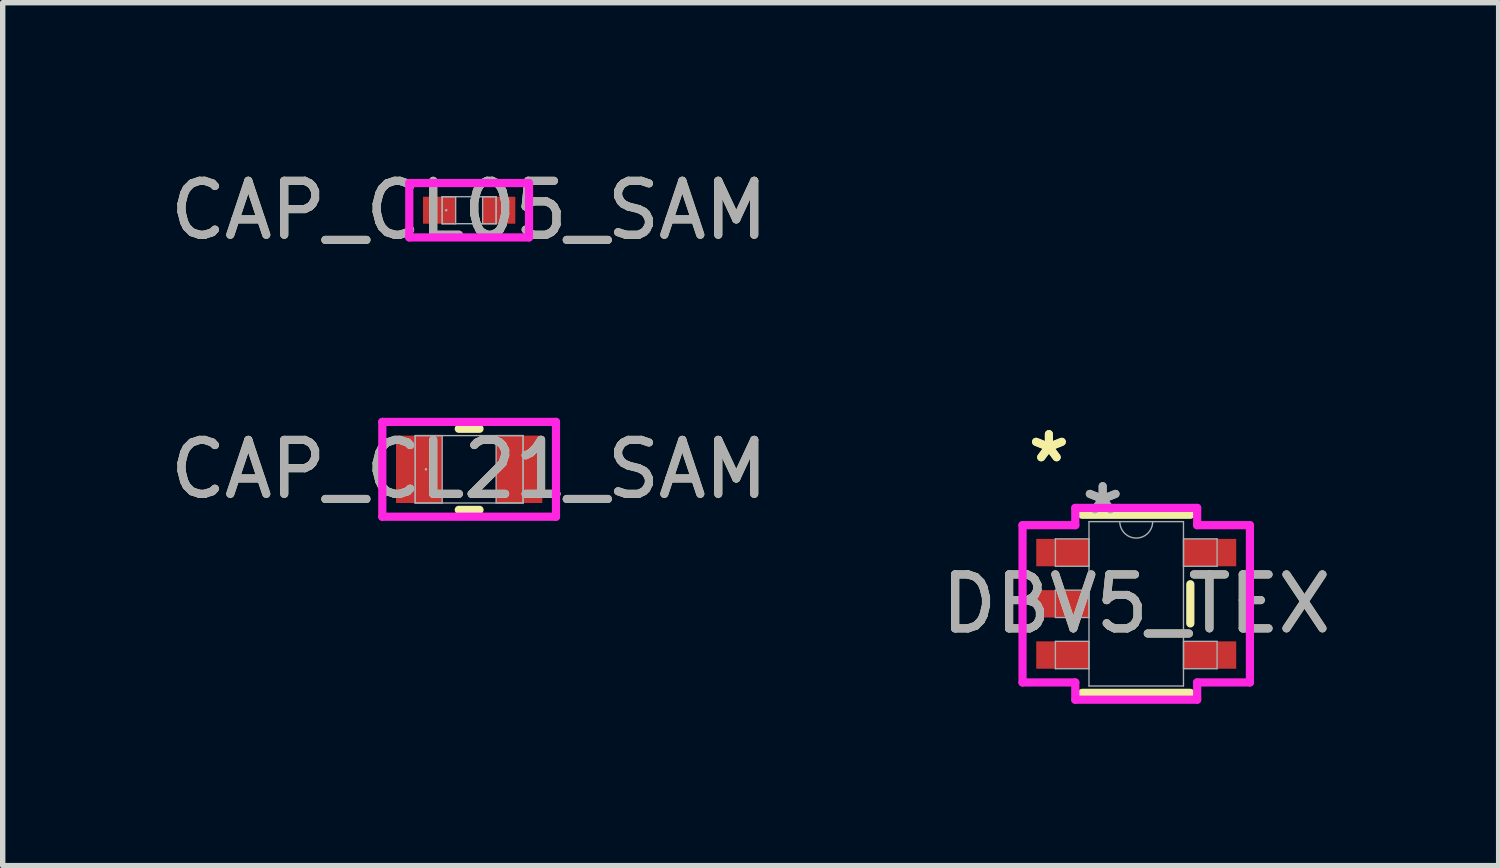
<source format=kicad_pcb>
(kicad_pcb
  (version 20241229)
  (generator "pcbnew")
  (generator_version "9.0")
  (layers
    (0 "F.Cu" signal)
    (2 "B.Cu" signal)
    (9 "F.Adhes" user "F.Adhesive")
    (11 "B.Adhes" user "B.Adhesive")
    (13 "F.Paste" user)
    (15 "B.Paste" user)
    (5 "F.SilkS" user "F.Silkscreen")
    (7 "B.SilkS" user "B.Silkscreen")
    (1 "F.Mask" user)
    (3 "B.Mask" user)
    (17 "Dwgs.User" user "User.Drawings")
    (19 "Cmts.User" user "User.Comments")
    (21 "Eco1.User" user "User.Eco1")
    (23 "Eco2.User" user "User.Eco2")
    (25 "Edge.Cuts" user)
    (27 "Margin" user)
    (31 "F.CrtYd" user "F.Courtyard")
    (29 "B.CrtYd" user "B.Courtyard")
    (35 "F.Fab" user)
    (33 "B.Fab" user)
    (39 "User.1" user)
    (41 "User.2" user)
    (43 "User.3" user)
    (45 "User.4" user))
  (footprint "DBV5_TEX"
    (layer "F.Cu")
    (at 18.018 8.146)
    (property "Reference" "DBV5_TEX" (at 0 0 0) (unlocked yes) (layer "F.SilkS") (effects (font (size 1 1) (thickness 0.15))))
    (attr smd)
    (fp_line (start -1.003 1.651) (end 1.003 1.651) (stroke (width 0.152) (type solid)) (layer "F.SilkS"))
    (fp_line (start 1.003 -1.651) (end -1.003 -1.651) (stroke (width 0.152) (type solid)) (layer "F.SilkS"))
    (fp_line (start 1.003 0.363) (end 1.003 -0.363) (stroke (width 0.152) (type solid)) (layer "F.SilkS"))
    (fp_line (start -2.108 -1.458) (end -1.13 -1.458) (stroke (width 0.152) (type solid)) (layer "F.CrtYd"))
    (fp_line (start -2.108 1.458) (end -2.108 -1.458) (stroke (width 0.152) (type solid)) (layer "F.CrtYd"))
    (fp_line (start -1.13 -1.778) (end 1.13 -1.778) (stroke (width 0.152) (type solid)) (layer "F.CrtYd"))
    (fp_line (start -1.13 -1.458) (end -1.13 -1.778) (stroke (width 0.152) (type solid)) (layer "F.CrtYd"))
    (fp_line (start -1.13 1.458) (end -2.108 1.458) (stroke (width 0.152) (type solid)) (layer "F.CrtYd"))
    (fp_line (start -1.13 1.778) (end -1.13 1.458) (stroke (width 0.152) (type solid)) (layer "F.CrtYd"))
    (fp_line (start 1.13 -1.778) (end 1.13 -1.458) (stroke (width 0.152) (type solid)) (layer "F.CrtYd"))
    (fp_line (start 1.13 -1.458) (end 2.108 -1.458) (stroke (width 0.152) (type solid)) (layer "F.CrtYd"))
    (fp_line (start 1.13 1.458) (end 1.13 1.778) (stroke (width 0.152) (type solid)) (layer "F.CrtYd"))
    (fp_line (start 1.13 1.778) (end -1.13 1.778) (stroke (width 0.152) (type solid)) (layer "F.CrtYd"))
    (fp_line (start 2.108 -1.458) (end 2.108 1.458) (stroke (width 0.152) (type solid)) (layer "F.CrtYd"))
    (fp_line (start 2.108 1.458) (end 1.13 1.458) (stroke (width 0.152) (type solid)) (layer "F.CrtYd"))
    (fp_line (start -1.499 -1.204) (end -1.499 -0.696) (stroke (width 0.025) (type solid)) (layer "F.Fab"))
    (fp_line (start -1.499 -0.696) (end -0.876 -0.696) (stroke (width 0.025) (type solid)) (layer "F.Fab"))
    (fp_line (start -1.499 -0.254) (end -1.499 0.254) (stroke (width 0.025) (type solid)) (layer "F.Fab"))
    (fp_line (start -1.499 0.254) (end -0.876 0.254) (stroke (width 0.025) (type solid)) (layer "F.Fab"))
    (fp_line (start -1.499 0.696) (end -1.499 1.204) (stroke (width 0.025) (type solid)) (layer "F.Fab"))
    (fp_line (start -1.499 1.204) (end -0.876 1.204) (stroke (width 0.025) (type solid)) (layer "F.Fab"))
    (fp_line (start -0.876 -1.524) (end -0.876 1.524) (stroke (width 0.025) (type solid)) (layer "F.Fab"))
    (fp_line (start -0.876 -1.204) (end -1.499 -1.204) (stroke (width 0.025) (type solid)) (layer "F.Fab"))
    (fp_line (start -0.876 -0.696) (end -0.876 -1.204) (stroke (width 0.025) (type solid)) (layer "F.Fab"))
    (fp_line (start -0.876 -0.254) (end -1.499 -0.254) (stroke (width 0.025) (type solid)) (layer "F.Fab"))
    (fp_line (start -0.876 0.254) (end -0.876 -0.254) (stroke (width 0.025) (type solid)) (layer "F.Fab"))
    (fp_line (start -0.876 0.696) (end -1.499 0.696) (stroke (width 0.025) (type solid)) (layer "F.Fab"))
    (fp_line (start -0.876 1.204) (end -0.876 0.696) (stroke (width 0.025) (type solid)) (layer "F.Fab"))
    (fp_line (start -0.876 1.524) (end 0.876 1.524) (stroke (width 0.025) (type solid)) (layer "F.Fab"))
    (fp_line (start 0.876 -1.524) (end -0.876 -1.524) (stroke (width 0.025) (type solid)) (layer "F.Fab"))
    (fp_line (start 0.876 -1.204) (end 0.876 -0.696) (stroke (width 0.025) (type solid)) (layer "F.Fab"))
    (fp_line (start 0.876 -0.696) (end 1.499 -0.696) (stroke (width 0.025) (type solid)) (layer "F.Fab"))
    (fp_line (start 0.876 0.696) (end 0.876 1.204) (stroke (width 0.025) (type solid)) (layer "F.Fab"))
    (fp_line (start 0.876 1.204) (end 1.499 1.204) (stroke (width 0.025) (type solid)) (layer "F.Fab"))
    (fp_line (start 0.876 1.524) (end 0.876 -1.524) (stroke (width 0.025) (type solid)) (layer "F.Fab"))
    (fp_line (start 1.499 -1.204) (end 0.876 -1.204) (stroke (width 0.025) (type solid)) (layer "F.Fab"))
    (fp_line (start 1.499 -0.696) (end 1.499 -1.204) (stroke (width 0.025) (type solid)) (layer "F.Fab"))
    (fp_line (start 1.499 0.696) (end 0.876 0.696) (stroke (width 0.025) (type solid)) (layer "F.Fab"))
    (fp_line (start 1.499 1.204) (end 1.499 0.696) (stroke (width 0.025) (type solid)) (layer "F.Fab"))
    (fp_arc (start 0.3048 -1.524) (mid 0 -1.2192) (end -0.3048 -1.524) (stroke (width 0.0254) (type solid)) (layer "F.Fab"))
    (fp_text user "*" (at -1.619 -2.601 0) (unlocked yes) (layer "F.SilkS") (effects (font (size 1 1) (thickness 0.15))))
    (fp_text user "*" (at -1.619 -2.601 0) (layer "F.SilkS") (effects (font (size 1 1) (thickness 0.15))))
    (fp_text user "*" (at -0.622 -1.636 0) (layer "F.Fab") (effects (font (size 1 1) (thickness 0.15))))
    (fp_text user "*" (at -0.622 -1.636 0) (unlocked yes) (layer "F.Fab") (effects (font (size 1 1) (thickness 0.15))))
    (fp_text user "${REFERENCE}" (at 0 0 0) (unlocked yes) (layer "F.Fab") (effects (font (size 1 1) (thickness 0.15))))
    (pad "1" smd rect (at -1.365 -0.95) (size 0.978 0.508) (layers "F.Cu" "F.Mask" "F.Paste"))
    (pad "2" smd rect (at -1.365 0) (size 0.978 0.508) (layers "F.Cu" "F.Mask" "F.Paste"))
    (pad "3" smd rect (at -1.365 0.95) (size 0.978 0.508) (layers "F.Cu" "F.Mask" "F.Paste"))
    (pad "4" smd rect (at 1.365 0.95) (size 0.978 0.508) (layers "F.Cu" "F.Mask" "F.Paste"))
    (pad "5" smd rect (at 1.365 -0.95) (size 0.978 0.508) (layers "F.Cu" "F.Mask" "F.Paste")))
  (footprint "CAP_CL21_SAM"
    (layer "F.Cu")
    (at 5.649 5.652)
    (property "Reference" "CAP_CL21_SAM" (at 0 0 0) (unlocked yes) (layer "F.SilkS") (effects (font (size 1 1) (thickness 0.15))))
    (attr smd)
    (fp_line (start -0.192 0.752) (end 0.192 0.752) (stroke (width 0.152) (type solid)) (layer "F.SilkS"))
    (fp_line (start 0.192 -0.752) (end -0.192 -0.752) (stroke (width 0.152) (type solid)) (layer "F.SilkS"))
    (fp_line (start -1.61 -0.879) (end 1.61 -0.879) (stroke (width 0.152) (type solid)) (layer "F.CrtYd"))
    (fp_line (start -1.61 0.879) (end -1.61 -0.879) (stroke (width 0.152) (type solid)) (layer "F.CrtYd"))
    (fp_line (start 1.61 -0.879) (end 1.61 0.879) (stroke (width 0.152) (type solid)) (layer "F.CrtYd"))
    (fp_line (start 1.61 0.879) (end -1.61 0.879) (stroke (width 0.152) (type solid)) (layer "F.CrtYd"))
    (fp_line (start -1 -0.625) (end -1 0.625) (stroke (width 0.025) (type solid)) (layer "F.Fab"))
    (fp_line (start -1 -0.625) (end -1 0.625) (stroke (width 0.025) (type solid)) (layer "F.Fab"))
    (fp_line (start -1 0.625) (end -0.5 0.625) (stroke (width 0.025) (type solid)) (layer "F.Fab"))
    (fp_line (start -1 0.625) (end 1 0.625) (stroke (width 0.025) (type solid)) (layer "F.Fab"))
    (fp_line (start -0.5 -0.625) (end -1 -0.625) (stroke (width 0.025) (type solid)) (layer "F.Fab"))
    (fp_line (start -0.5 0.625) (end -0.5 -0.625) (stroke (width 0.025) (type solid)) (layer "F.Fab"))
    (fp_line (start 0.5 -0.625) (end 0.5 0.625) (stroke (width 0.025) (type solid)) (layer "F.Fab"))
    (fp_line (start 0.5 0.625) (end 1 0.625) (stroke (width 0.025) (type solid)) (layer "F.Fab"))
    (fp_line (start 1 -0.625) (end -1 -0.625) (stroke (width 0.025) (type solid)) (layer "F.Fab"))
    (fp_line (start 1 -0.625) (end 0.5 -0.625) (stroke (width 0.025) (type solid)) (layer "F.Fab"))
    (fp_line (start 1 0.625) (end 1 -0.625) (stroke (width 0.025) (type solid)) (layer "F.Fab"))
    (fp_line (start 1 0.625) (end 1 -0.625) (stroke (width 0.025) (type solid)) (layer "F.Fab"))
    (fp_circle (center -0.801 0) (end -0.801 0) (stroke (width 0.025) (type solid)) (fill no) (layer "F.Fab"))
    (fp_text user "${REFERENCE}" (at 0 0 0) (unlocked yes) (layer "F.Fab") (effects (font (size 1 1) (thickness 0.15))))
    (pad "1" smd rect (at -0.928 0) (size 0.856 1.25) (layers "F.Cu" "F.Mask" "F.Paste"))
    (pad "2" smd rect (at 0.928 0) (size 0.856 1.25) (layers "F.Cu" "F.Mask" "F.Paste"))
    (zone (net_name "") (layer "F.Cu") (hatch full 0.508) (connect_pads) (min_thickness 0.254) (filled_areas_thickness no) (keepout (tracks not_allowed) (vias not_allowed) (pads allowed) (copperpour not_allowed) (footprints allowed)) (placement (enabled no)) (fill) (polygon (pts (xy 5.2 5.077) (xy 6.098 5.077) (xy 6.098 6.226) (xy 5.2 6.226)))))
  (footprint "CAP_CL05_SAM"
    (layer "F.Cu")
    (at 5.649 0.848)
    (property "Reference" "CAP_CL05_SAM" (at 0 0 0) (unlocked yes) (layer "F.SilkS") (effects (font (size 1 1) (thickness 0.15))))
    (attr smd)
    (fp_line (start -1.11 -0.504) (end 1.11 -0.504) (stroke (width 0.152) (type solid)) (layer "F.CrtYd"))
    (fp_line (start -1.11 0.504) (end -1.11 -0.504) (stroke (width 0.152) (type solid)) (layer "F.CrtYd"))
    (fp_line (start 1.11 -0.504) (end 1.11 0.504) (stroke (width 0.152) (type solid)) (layer "F.CrtYd"))
    (fp_line (start 1.11 0.504) (end -1.11 0.504) (stroke (width 0.152) (type solid)) (layer "F.CrtYd"))
    (fp_line (start -0.5 -0.25) (end -0.5 0.25) (stroke (width 0.025) (type solid)) (layer "F.Fab"))
    (fp_line (start -0.5 -0.25) (end -0.5 0.25) (stroke (width 0.025) (type solid)) (layer "F.Fab"))
    (fp_line (start -0.5 0.25) (end -0.25 0.25) (stroke (width 0.025) (type solid)) (layer "F.Fab"))
    (fp_line (start -0.5 0.25) (end 0.5 0.25) (stroke (width 0.025) (type solid)) (layer "F.Fab"))
    (fp_line (start -0.25 -0.25) (end -0.5 -0.25) (stroke (width 0.025) (type solid)) (layer "F.Fab"))
    (fp_line (start -0.25 0.25) (end -0.25 -0.25) (stroke (width 0.025) (type solid)) (layer "F.Fab"))
    (fp_line (start 0.25 -0.25) (end 0.25 0.25) (stroke (width 0.025) (type solid)) (layer "F.Fab"))
    (fp_line (start 0.25 0.25) (end 0.5 0.25) (stroke (width 0.025) (type solid)) (layer "F.Fab"))
    (fp_line (start 0.5 -0.25) (end -0.5 -0.25) (stroke (width 0.025) (type solid)) (layer "F.Fab"))
    (fp_line (start 0.5 -0.25) (end 0.25 -0.25) (stroke (width 0.025) (type solid)) (layer "F.Fab"))
    (fp_line (start 0.5 0.25) (end 0.5 -0.25) (stroke (width 0.025) (type solid)) (layer "F.Fab"))
    (fp_line (start 0.5 0.25) (end 0.5 -0.25) (stroke (width 0.025) (type solid)) (layer "F.Fab"))
    (fp_circle (center -0.426 0) (end -0.426 0) (stroke (width 0.025) (type solid)) (fill no) (layer "F.Fab"))
    (fp_text user "${REFERENCE}" (at 0 0 0) (unlocked yes) (layer "F.Fab") (effects (font (size 1 1) (thickness 0.15))))
    (pad "1" smd rect (at -0.553 0) (size 0.606 0.5) (layers "F.Cu" "F.Mask" "F.Paste"))
    (pad "2" smd rect (at 0.553 0) (size 0.606 0.5) (layers "F.Cu" "F.Mask" "F.Paste"))
    (zone (net_name "") (layer "F.Cu") (hatch full 0.508) (connect_pads) (min_thickness 0.254) (filled_areas_thickness no) (keepout (tracks not_allowed) (vias not_allowed) (pads allowed) (copperpour not_allowed) (footprints allowed)) (placement (enabled no)) (fill) (polygon (pts (xy 5.45 0.649) (xy 5.848 0.649) (xy 5.848 1.047) (xy 5.45 1.047)))))
  (gr_rect
    (start -3 -3)
    (end 24.738 13)
    (stroke (width 0.1) (type default))
    (fill no)
    (layer "Edge.Cuts")))
</source>
